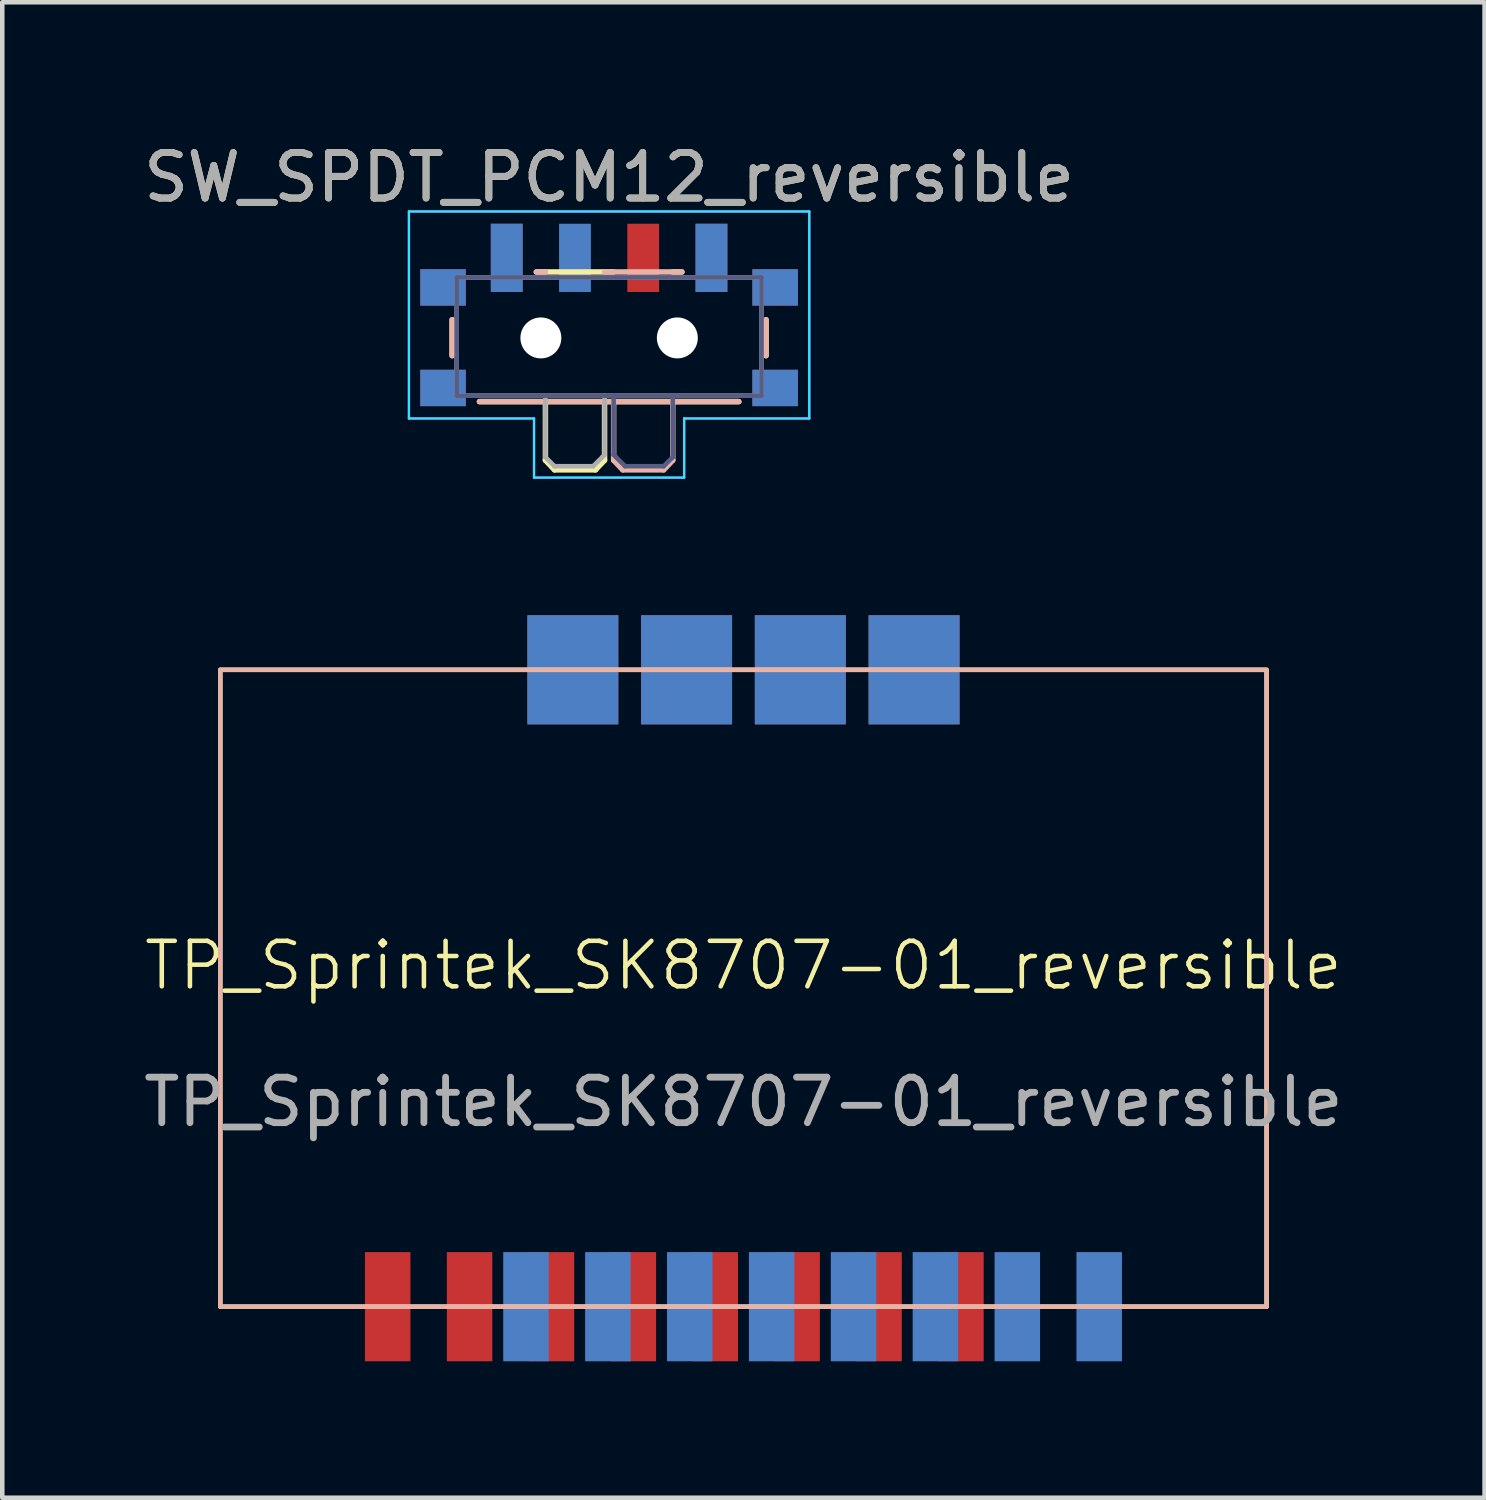
<source format=kicad_pcb>
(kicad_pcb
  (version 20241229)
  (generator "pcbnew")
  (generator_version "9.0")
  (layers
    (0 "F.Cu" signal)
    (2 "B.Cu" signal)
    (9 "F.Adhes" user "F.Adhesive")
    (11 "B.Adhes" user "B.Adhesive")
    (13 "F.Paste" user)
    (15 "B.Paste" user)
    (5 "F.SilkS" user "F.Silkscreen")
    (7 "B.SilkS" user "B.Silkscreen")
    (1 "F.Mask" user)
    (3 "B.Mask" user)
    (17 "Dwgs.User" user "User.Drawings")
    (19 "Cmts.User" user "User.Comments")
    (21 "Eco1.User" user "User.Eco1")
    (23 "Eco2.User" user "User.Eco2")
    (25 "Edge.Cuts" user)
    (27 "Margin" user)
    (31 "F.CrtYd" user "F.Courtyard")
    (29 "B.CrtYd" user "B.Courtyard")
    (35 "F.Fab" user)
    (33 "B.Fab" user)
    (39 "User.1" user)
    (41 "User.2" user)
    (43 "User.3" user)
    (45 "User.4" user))
  (footprint "TP_Sprintek_SK8707-01_reversible"
    (layer "F.Cu")
    (at 13.292 18.673)
    (property "Reference" "TP_Sprintek_SK8707-01_reversible" (at 0 -0.5 0) (unlocked yes) (layer "F.SilkS") (effects (font (size 1 1) (thickness 0.1))))
    (attr smd)
    (fp_rect (start -11.5 -7) (end 11.5 7) (stroke (width 0.1) (type default)) (fill no) (layer "F.SilkS"))
    (fp_rect (start -11.5 -7) (end 11.5 7) (stroke (width 0.1) (type default)) (fill no) (layer "B.SilkS"))
    (fp_text user "${REFERENCE}" (at 0 2.5 0) (unlocked yes) (layer "F.Fab") (effects (font (size 1 1) (thickness 0.15))))
    (pad "1" smd rect (at -7.82 7) (size 1 2.4) (layers "F.Cu" "F.Mask" "F.Paste"))
    (pad "1" smd rect (at 7.82 7) (size 1 2.4) (layers "B.Cu" "B.Mask" "B.Paste"))
    (pad "2" smd rect (at -6.02 7) (size 1 2.4) (layers "F.Cu" "F.Mask" "F.Paste"))
    (pad "2" smd rect (at 6.02 7) (size 1 2.4) (layers "B.Cu" "B.Mask" "B.Paste"))
    (pad "3" smd rect (at -4.22 7) (size 1 2.4) (layers "F.Cu" "F.Mask" "F.Paste"))
    (pad "3" smd rect (at 4.22 7) (size 1 2.4) (layers "B.Cu" "B.Mask" "B.Paste"))
    (pad "4" smd rect (at -2.42 7) (size 1 2.4) (layers "F.Cu" "F.Mask" "F.Paste"))
    (pad "4" smd rect (at 2.42 7) (size 1 2.4) (layers "B.Cu" "B.Mask" "B.Paste"))
    (pad "5" smd rect (at -0.62 7) (size 1 2.4) (layers "F.Cu" "F.Mask" "F.Paste"))
    (pad "5" smd rect (at 0.62 7) (size 1 2.4) (layers "B.Cu" "B.Mask" "B.Paste"))
    (pad "6" smd rect (at -1.18 7) (size 1 2.4) (layers "B.Cu" "B.Mask" "B.Paste"))
    (pad "6" smd rect (at 1.18 7) (size 1 2.4) (layers "F.Cu" "F.Mask" "F.Paste"))
    (pad "7" smd rect (at -2.98 7) (size 1 2.4) (layers "B.Cu" "B.Mask" "B.Paste"))
    (pad "7" smd rect (at 2.98 7) (size 1 2.4) (layers "F.Cu" "F.Mask" "F.Paste"))
    (pad "8" smd rect (at -4.78 7) (size 1 2.4) (layers "B.Cu" "B.Mask" "B.Paste"))
    (pad "8" smd rect (at 4.78 7) (size 1 2.4) (layers "F.Cu" "F.Mask" "F.Paste"))
    (pad "9" smd rect (at -3.75 -7 270) (size 2.4 2) (layers "F.Cu" "F.Mask" "F.Paste"))
    (pad "9" smd rect (at 3.75 -7 90) (size 2.4 2) (layers "B.Cu" "B.Mask" "B.Paste"))
    (pad "10" smd rect (at -1.25 -7 270) (size 2.4 2) (layers "F.Cu" "F.Mask" "F.Paste"))
    (pad "10" smd rect (at 1.25 -7 90) (size 2.4 2) (layers "B.Cu" "B.Mask" "B.Paste"))
    (pad "11" smd rect (at -1.25 -7 90) (size 2.4 2) (layers "B.Cu" "B.Mask" "B.Paste"))
    (pad "11" smd rect (at 1.25 -7 270) (size 2.4 2) (layers "F.Cu" "F.Mask" "F.Paste"))
    (pad "12" smd rect (at -3.75 -7 90) (size 2.4 2) (layers "B.Cu" "B.Mask" "B.Paste"))
    (pad "12" smd rect (at 3.75 -7 270) (size 2.4 2) (layers "F.Cu" "F.Mask" "F.Paste")))
  (footprint "SW_SPDT_PCM12_reversible"
    (layer "F.Cu")
    (at 10.339 4.048)
    (property "Reference" "SW_SPDT_PCM12_reversible" (at 0 -3.2 0) (layer "F.SilkS") (effects (font (size 1 1) (thickness 0.15))))
    (attr smd)
    (fp_line (start -3.45 -0.07) (end -3.45 0.72) (stroke (width 0.12) (type solid)) (layer "F.SilkS"))
    (fp_line (start -2.85 1.73) (end 2.85 1.73) (stroke (width 0.12) (type solid)) (layer "F.SilkS"))
    (fp_line (start -1.6 -1.12) (end 0.1 -1.12) (stroke (width 0.12) (type solid)) (layer "F.SilkS"))
    (fp_line (start -1.4 1.73) (end -1.4 3.02) (stroke (width 0.12) (type solid)) (layer "F.SilkS"))
    (fp_line (start -1.4 3.02) (end -1.2 3.23) (stroke (width 0.12) (type solid)) (layer "F.SilkS"))
    (fp_line (start -1.2 3.23) (end -0.3 3.23) (stroke (width 0.12) (type solid)) (layer "F.SilkS"))
    (fp_line (start -0.1 3.02) (end -0.3 3.23) (stroke (width 0.12) (type solid)) (layer "F.SilkS"))
    (fp_line (start -0.1 3.02) (end -0.1 1.73) (stroke (width 0.12) (type solid)) (layer "F.SilkS"))
    (fp_line (start 1.4 -1.12) (end 1.6 -1.12) (stroke (width 0.12) (type solid)) (layer "F.SilkS"))
    (fp_line (start 3.45 0.72) (end 3.45 -0.07) (stroke (width 0.12) (type solid)) (layer "F.SilkS"))
    (fp_line (start -3.45 -0.07) (end -3.45 0.72) (stroke (width 0.12) (type solid)) (layer "B.SilkS"))
    (fp_line (start -2.85 1.73) (end 2.85 1.73) (stroke (width 0.12) (type solid)) (layer "B.SilkS"))
    (fp_line (start -1.6 -1.12) (end -1.4 -1.12) (stroke (width 0.12) (type solid)) (layer "B.SilkS"))
    (fp_line (start -0.1 -1.12) (end 1.6 -1.12) (stroke (width 0.12) (type solid)) (layer "B.SilkS"))
    (fp_line (start 0.1 1.73) (end 0.1 3.02) (stroke (width 0.12) (type solid)) (layer "B.SilkS"))
    (fp_line (start 0.3 3.23) (end 0.1 3.02) (stroke (width 0.12) (type solid)) (layer "B.SilkS"))
    (fp_line (start 0.3 3.23) (end 1.2 3.23) (stroke (width 0.12) (type solid)) (layer "B.SilkS"))
    (fp_line (start 1.2 3.23) (end 1.4 3.02) (stroke (width 0.12) (type solid)) (layer "B.SilkS"))
    (fp_line (start 1.4 3.02) (end 1.4 1.73) (stroke (width 0.12) (type solid)) (layer "B.SilkS"))
    (fp_line (start 3.45 0.72) (end 3.45 -0.07) (stroke (width 0.12) (type solid)) (layer "B.SilkS"))
    (fp_line (start -4.4 -2.45) (end 4.4 -2.45) (stroke (width 0.05) (type solid)) (layer "B.CrtYd"))
    (fp_line (start -4.4 2.1) (end -4.4 -2.45) (stroke (width 0.05) (type solid)) (layer "B.CrtYd"))
    (fp_line (start -1.65 2.1) (end -4.4 2.1) (stroke (width 0.05) (type solid)) (layer "B.CrtYd"))
    (fp_line (start -1.65 3.4) (end -1.65 2.1) (stroke (width 0.05) (type solid)) (layer "B.CrtYd"))
    (fp_line (start 1.65 2.1) (end 1.65 3.4) (stroke (width 0.05) (type solid)) (layer "B.CrtYd"))
    (fp_line (start 1.65 3.4) (end -1.65 3.4) (stroke (width 0.05) (type solid)) (layer "B.CrtYd"))
    (fp_line (start 4.4 -2.45) (end 4.4 2.1) (stroke (width 0.05) (type solid)) (layer "B.CrtYd"))
    (fp_line (start 4.4 2.1) (end 1.65 2.1) (stroke (width 0.05) (type solid)) (layer "B.CrtYd"))
    (fp_line (start -4.4 -2.45) (end 4.4 -2.45) (stroke (width 0.05) (type solid)) (layer "F.CrtYd"))
    (fp_line (start -4.4 2.1) (end -4.4 -2.45) (stroke (width 0.05) (type solid)) (layer "F.CrtYd"))
    (fp_line (start -1.65 2.1) (end -4.4 2.1) (stroke (width 0.05) (type solid)) (layer "F.CrtYd"))
    (fp_line (start -1.65 3.4) (end -1.65 2.1) (stroke (width 0.05) (type solid)) (layer "F.CrtYd"))
    (fp_line (start 1.65 2.1) (end 1.65 3.4) (stroke (width 0.05) (type solid)) (layer "F.CrtYd"))
    (fp_line (start 1.65 3.4) (end -1.65 3.4) (stroke (width 0.05) (type solid)) (layer "F.CrtYd"))
    (fp_line (start 4.4 -2.45) (end 4.4 2.1) (stroke (width 0.05) (type solid)) (layer "F.CrtYd"))
    (fp_line (start 4.4 2.1) (end 1.65 2.1) (stroke (width 0.05) (type solid)) (layer "F.CrtYd"))
    (fp_line (start -3.35 -1) (end -3.35 1.6) (stroke (width 0.1) (type solid)) (layer "B.Fab"))
    (fp_line (start -3.35 1.6) (end 3.35 1.6) (stroke (width 0.1) (type solid)) (layer "B.Fab"))
    (fp_line (start 0.1 1.6) (end 0.1 2.9) (stroke (width 0.1) (type solid)) (layer "B.Fab"))
    (fp_line (start 0.1 2.9) (end 0.15 2.95) (stroke (width 0.1) (type solid)) (layer "B.Fab"))
    (fp_line (start 0.15 2.95) (end 0.35 3.15) (stroke (width 0.1) (type solid)) (layer "B.Fab"))
    (fp_line (start 0.35 3.15) (end 1.2 3.15) (stroke (width 0.1) (type solid)) (layer "B.Fab"))
    (fp_line (start 1.2 3.15) (end 1.4 2.95) (stroke (width 0.1) (type solid)) (layer "B.Fab"))
    (fp_line (start 1.4 2.95) (end 1.4 1.65) (stroke (width 0.1) (type solid)) (layer "B.Fab"))
    (fp_line (start 3.35 -1) (end -3.35 -1) (stroke (width 0.1) (type solid)) (layer "B.Fab"))
    (fp_line (start 3.35 1.6) (end 3.35 -1) (stroke (width 0.1) (type solid)) (layer "B.Fab"))
    (fp_line (start -3.35 -1) (end -3.35 1.6) (stroke (width 0.1) (type solid)) (layer "F.Fab"))
    (fp_line (start -3.35 1.6) (end 3.35 1.6) (stroke (width 0.1) (type solid)) (layer "F.Fab"))
    (fp_line (start -1.4 1.65) (end -1.4 2.95) (stroke (width 0.1) (type solid)) (layer "F.Fab"))
    (fp_line (start -1.4 2.95) (end -1.2 3.15) (stroke (width 0.1) (type solid)) (layer "F.Fab"))
    (fp_line (start -1.2 3.15) (end -0.35 3.15) (stroke (width 0.1) (type solid)) (layer "F.Fab"))
    (fp_line (start -0.35 3.15) (end -0.15 2.95) (stroke (width 0.1) (type solid)) (layer "F.Fab"))
    (fp_line (start -0.15 2.95) (end -0.1 2.9) (stroke (width 0.1) (type solid)) (layer "F.Fab"))
    (fp_line (start -0.1 2.9) (end -0.1 1.6) (stroke (width 0.1) (type solid)) (layer "F.Fab"))
    (fp_line (start 3.35 -1) (end -3.35 -1) (stroke (width 0.1) (type solid)) (layer "F.Fab"))
    (fp_line (start 3.35 1.6) (end 3.35 -1) (stroke (width 0.1) (type solid)) (layer "F.Fab"))
    (fp_text user "${REFERENCE}" (at 0 -3.2 0) (layer "F.Fab") (effects (font (size 1 1) (thickness 0.15))))
    (pad "" smd rect (at -3.65 -0.78) (size 1 0.8) (layers "F.Cu" "F.Mask" "F.Paste"))
    (pad "" smd rect (at -3.65 -0.78) (size 1 0.8) (layers "B.Cu" "B.Mask" "B.Paste"))
    (pad "" smd rect (at -3.65 1.43) (size 1 0.8) (layers "F.Cu" "F.Mask" "F.Paste"))
    (pad "" smd rect (at -3.65 1.43) (size 1 0.8) (layers "B.Cu" "B.Mask" "B.Paste"))
    (pad "" np_thru_hole circle (at -1.5 0.33) (size 0.9 0.9) (drill 0.9) (layers "*.Cu" "*.Mask"))
    (pad "" np_thru_hole circle (at 1.5 0.33) (size 0.9 0.9) (drill 0.9) (layers "*.Cu" "*.Mask"))
    (pad "" smd rect (at 3.65 -0.78) (size 1 0.8) (layers "F.Cu" "F.Mask" "F.Paste"))
    (pad "" smd rect (at 3.65 -0.78) (size 1 0.8) (layers "B.Cu" "B.Mask" "B.Paste"))
    (pad "" smd rect (at 3.65 1.43) (size 1 0.8) (layers "F.Cu" "F.Mask" "F.Paste"))
    (pad "" smd rect (at 3.65 1.43) (size 1 0.8) (layers "B.Cu" "B.Mask" "B.Paste"))
    (pad "1" smd rect (at -2.25 -1.43) (size 0.7 1.5) (layers "F.Cu" "F.Mask" "F.Paste"))
    (pad "1" smd rect (at -2.25 -1.43) (size 0.7 1.5) (layers "B.Cu" "B.Mask" "B.Paste"))
    (pad "2" smd rect (at -0.75 -1.43) (size 0.7 1.5) (layers "B.Cu" "B.Mask" "B.Paste"))
    (pad "2" smd rect (at 0.75 -1.43) (size 0.7 1.5) (layers "F.Cu" "F.Mask" "F.Paste"))
    (pad "3" smd rect (at 2.25 -1.43) (size 0.7 1.5) (layers "F.Cu" "F.Mask" "F.Paste"))
    (pad "3" smd rect (at 2.25 -1.43) (size 0.7 1.5) (layers "B.Cu" "B.Mask" "B.Paste")))
  (gr_rect
    (start -3 -3)
    (end 29.583 29.873)
    (stroke (width 0.1) (type default))
    (fill no)
    (layer "Edge.Cuts")))
</source>
